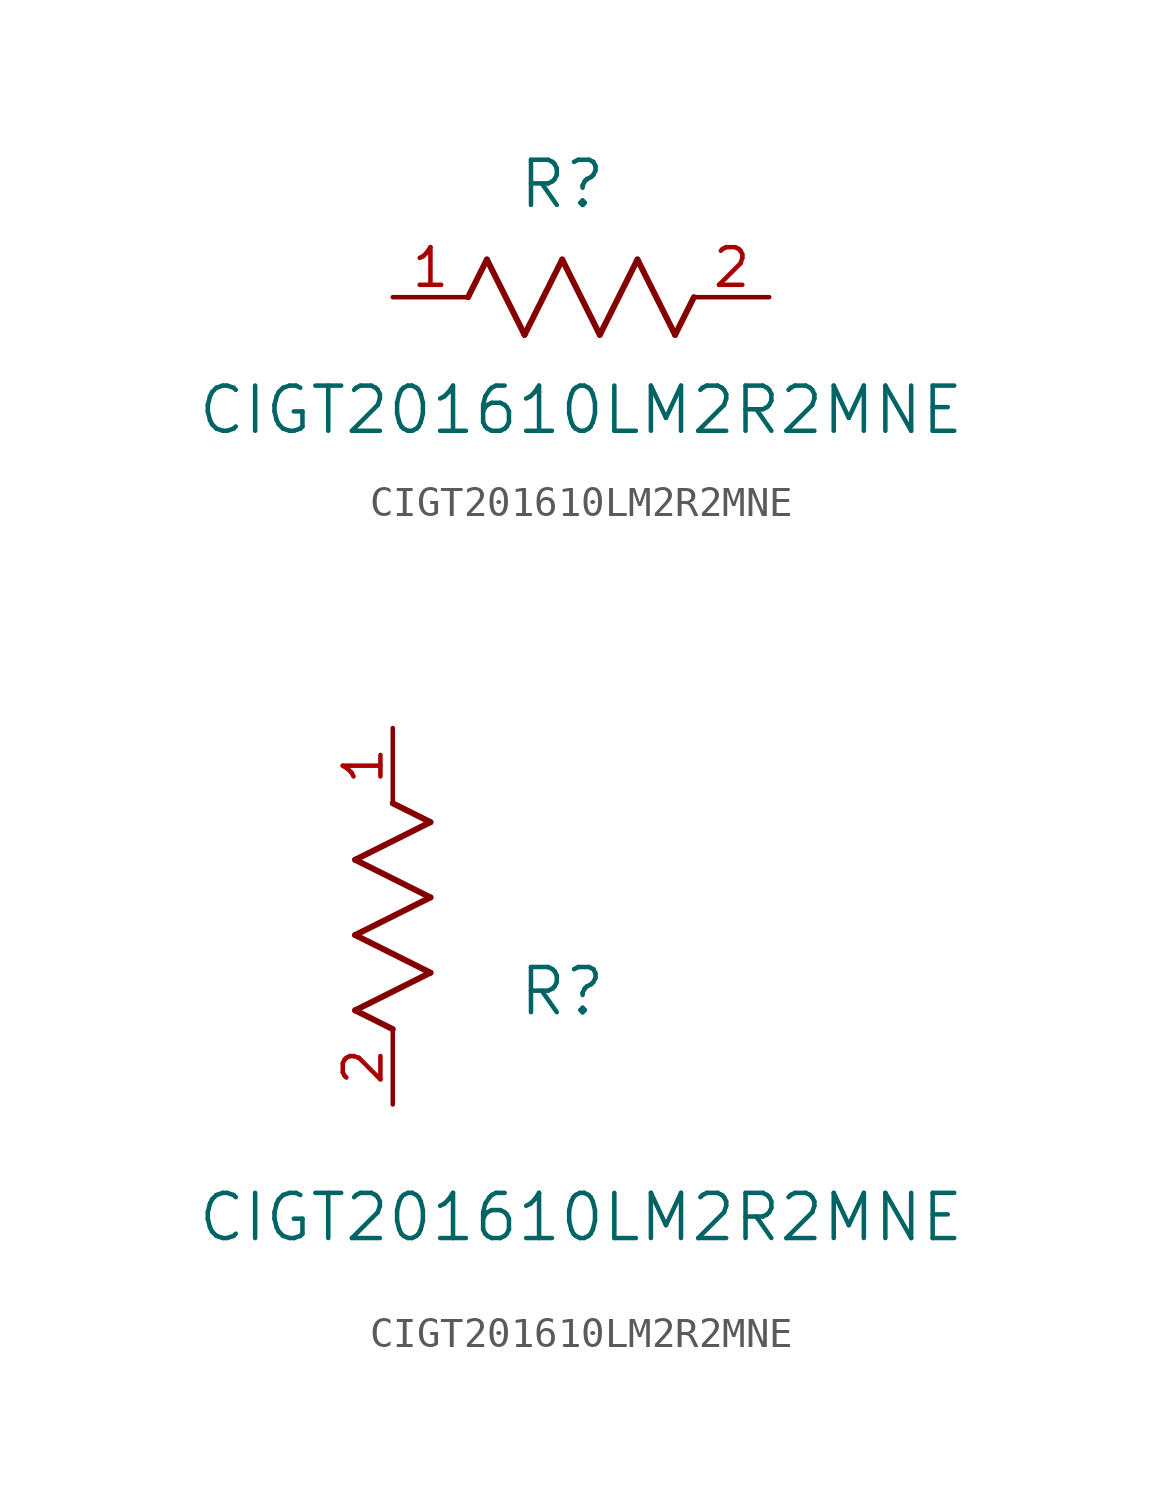
<source format=kicad_sym>
(kicad_symbol_lib
  (version 20211014)
  (generator kicad_symbol_editor)
  (symbol "CIGT201610LM2R2MNE"
    (pin_names
      (offset 0.254))
    (property "Reference" "R"
      (at 5.715 3.81 0)
      (effects (font (size 1.524 1.524))))
    (property "Value" "CIGT201610LM2R2MNE"
      (at 6.35 -3.81 0)
      (effects (font (size 1.524 1.524))))
    (symbol "CIGT201610LM2R2MNE_1_1"
      (polyline (pts (xy 3.175 1.27) (xy 4.445 -1.27)) (stroke (width 0.203) (type default) (color 0 0 0 0)) (fill (type none)))
      (polyline (pts (xy 4.445 -1.27) (xy 5.715 1.27)) (stroke (width 0.203) (type default) (color 0 0 0 0)) (fill (type none)))
      (polyline (pts (xy 5.715 1.27) (xy 6.985 -1.27)) (stroke (width 0.203) (type default) (color 0 0 0 0)) (fill (type none)))
      (polyline (pts (xy 6.985 -1.27) (xy 8.255 1.27)) (stroke (width 0.203) (type default) (color 0 0 0 0)) (fill (type none)))
      (polyline (pts (xy 8.255 1.27) (xy 9.525 -1.27)) (stroke (width 0.203) (type default) (color 0 0 0 0)) (fill (type none)))
      (polyline (pts (xy 2.54 0) (xy 3.175 1.27)) (stroke (width 0.203) (type default) (color 0 0 0 0)) (fill (type none)))
      (polyline (pts (xy 9.525 -1.27) (xy 10.16 0)) (stroke (width 0.203) (type default) (color 0 0 0 0)) (fill (type none)))
      (pin unspecified line (at 0 0 0) (length 2.54) (name "" (effects (font (size 1.27 1.27)))) (number "1" (effects (font (size 1.27 1.27)))))
      (pin unspecified line (at 12.7 0 180) (length 2.54) (name "" (effects (font (size 1.27 1.27)))) (number "2" (effects (font (size 1.27 1.27))))))
    (symbol "CIGT201610LM2R2MNE_1_2"
      (polyline (pts (xy 0 2.54) (xy -1.27 3.175)) (stroke (width 0.203) (type default) (color 0 0 0 0)) (fill (type none)))
      (polyline (pts (xy -1.27 3.175) (xy 1.27 4.445)) (stroke (width 0.203) (type default) (color 0 0 0 0)) (fill (type none)))
      (polyline (pts (xy 1.27 4.445) (xy -1.27 5.715)) (stroke (width 0.203) (type default) (color 0 0 0 0)) (fill (type none)))
      (polyline (pts (xy -1.27 5.715) (xy 1.27 6.985)) (stroke (width 0.203) (type default) (color 0 0 0 0)) (fill (type none)))
      (polyline (pts (xy -1.27 8.255) (xy 1.27 9.525)) (stroke (width 0.203) (type default) (color 0 0 0 0)) (fill (type none)))
      (polyline (pts (xy 1.27 9.525) (xy 0 10.16)) (stroke (width 0.203) (type default) (color 0 0 0 0)) (fill (type none)))
      (polyline (pts (xy 1.27 6.985) (xy -1.27 8.255)) (stroke (width 0.203) (type default) (color 0 0 0 0)) (fill (type none)))
      (pin unspecified line (at 0 12.7 270) (length 2.54) (name "" (effects (font (size 1.27 1.27)))) (number "1" (effects (font (size 1.27 1.27)))))
      (pin unspecified line (at 0 0 90) (length 2.54) (name "" (effects (font (size 1.27 1.27)))) (number "2" (effects (font (size 1.27 1.27))))))))
</source>
